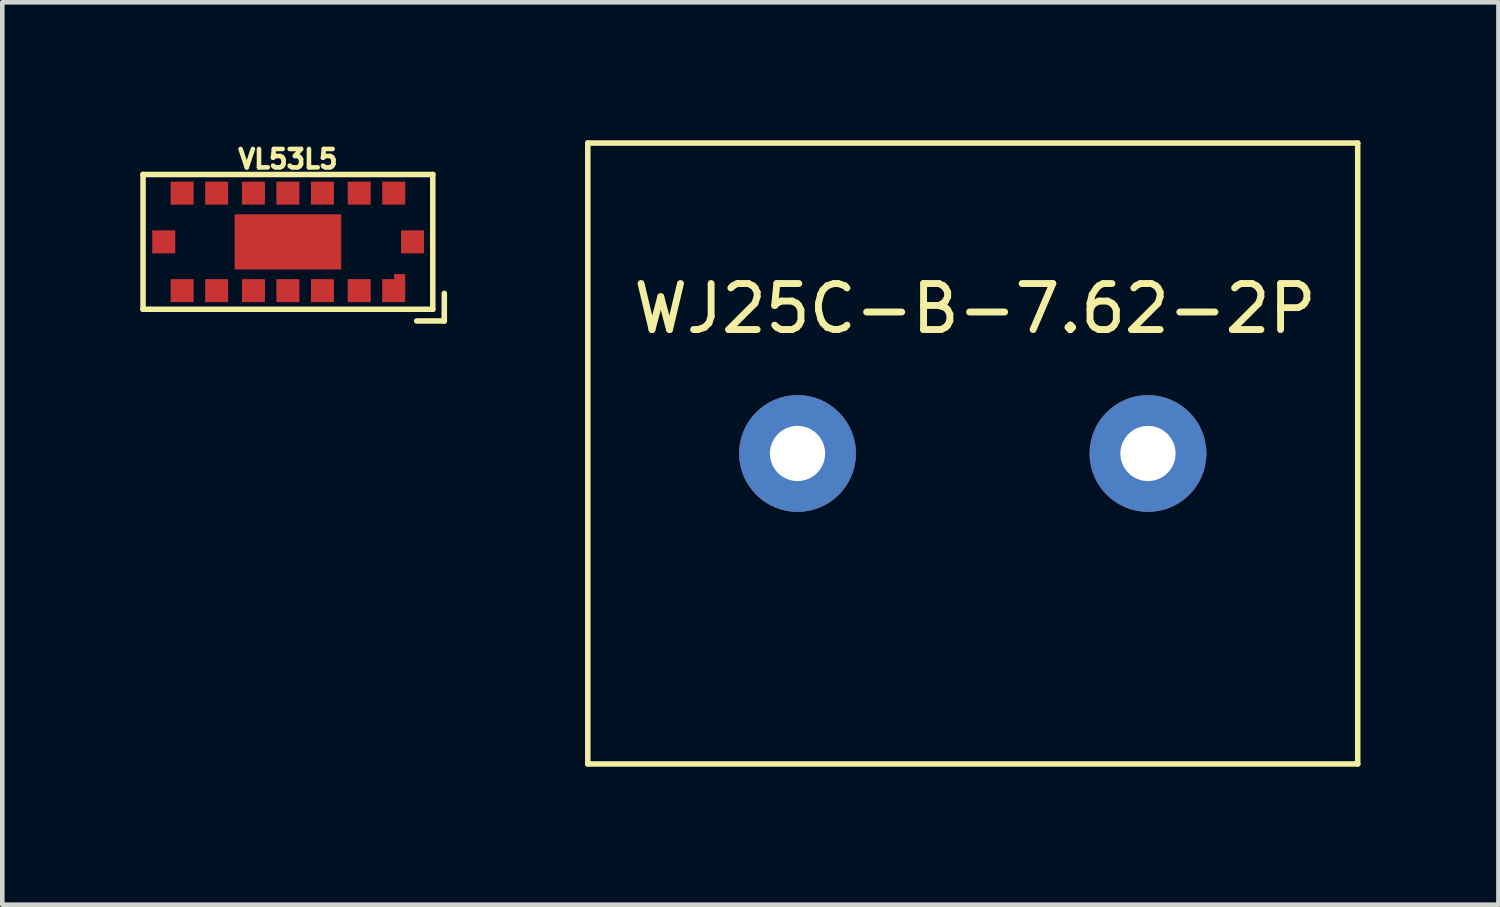
<source format=kicad_pcb>
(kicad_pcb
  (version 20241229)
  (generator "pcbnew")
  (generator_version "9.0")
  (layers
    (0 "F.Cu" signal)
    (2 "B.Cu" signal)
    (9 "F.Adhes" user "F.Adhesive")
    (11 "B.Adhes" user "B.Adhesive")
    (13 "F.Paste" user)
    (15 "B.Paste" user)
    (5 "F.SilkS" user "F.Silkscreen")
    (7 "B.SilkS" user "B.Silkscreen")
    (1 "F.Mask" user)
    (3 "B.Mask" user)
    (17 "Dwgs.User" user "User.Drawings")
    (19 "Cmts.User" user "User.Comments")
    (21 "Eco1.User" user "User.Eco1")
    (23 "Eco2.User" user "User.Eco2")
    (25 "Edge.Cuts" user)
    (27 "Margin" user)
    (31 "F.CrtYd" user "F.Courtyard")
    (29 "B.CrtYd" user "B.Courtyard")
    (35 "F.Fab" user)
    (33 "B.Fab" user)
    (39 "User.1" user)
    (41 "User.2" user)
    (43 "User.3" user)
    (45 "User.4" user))
  (footprint "VL53L5"
    (layer "F.Cu")
    (at 3.21 2.209)
    (property "Reference" "VL53L5" (at 0 -1.8 0) (layer "F.SilkS") (effects (font (size 0.4 0.4) (thickness 0.1))))
    (attr through_hole)
    (fp_line (start -3.15 -1.465) (end 3.15 -1.465) (stroke (width 0.12) (type solid)) (layer "F.SilkS"))
    (fp_line (start -3.15 1.465) (end -3.15 -1.465) (stroke (width 0.12) (type solid)) (layer "F.SilkS"))
    (fp_line (start 3.15 1.465) (end -3.15 1.465) (stroke (width 0.12) (type solid)) (layer "F.SilkS"))
    (fp_line (start 3.15 1.465) (end 3.15 -1.465) (stroke (width 0.12) (type solid)) (layer "F.SilkS"))
    (fp_line (start 3.4 1.12) (end 3.4 1.72) (stroke (width 0.12) (type solid)) (layer "F.SilkS"))
    (fp_line (start 3.4 1.72) (end 2.8 1.72) (stroke (width 0.12) (type solid)) (layer "F.SilkS"))
    (pad "A1" smd custom (at 2.3 1.06) (size 0.5 0.5) (layers "F.Cu" "F.Mask" "F.Paste") (options (anchor rect)) (primitives (gr_poly (pts (xy 0.25 -0.25) (xy 0.01 -0.25) (xy 0.01 -0.36) (xy 0.25 -0.36)) (width 0) (fill yes))))
    (pad "A2" smd rect (at 1.55 1.06) (size 0.5 0.5) (layers "F.Cu" "F.Mask" "F.Paste"))
    (pad "A3" smd rect (at 0.75 1.06) (size 0.5 0.5) (layers "F.Cu" "F.Mask" "F.Paste"))
    (pad "A4" smd rect (at 0 1.06) (size 0.5 0.5) (layers "F.Cu" "F.Mask" "F.Paste"))
    (pad "A5" smd rect (at -0.75 1.06) (size 0.5 0.5) (layers "F.Cu" "F.Mask" "F.Paste"))
    (pad "A6" smd rect (at -1.55 1.06) (size 0.5 0.5) (layers "F.Cu" "F.Mask" "F.Paste"))
    (pad "A7" smd rect (at -2.3 1.06) (size 0.5 0.5) (layers "F.Cu" "F.Mask" "F.Paste"))
    (pad "B1" smd rect (at 2.71 0) (size 0.5 0.5) (layers "F.Cu" "F.Mask" "F.Paste"))
    (pad "B4" smd rect (at 0 0) (size 2.316 1.2) (layers "F.Cu" "F.Mask" "F.Paste"))
    (pad "B7" smd rect (at -2.7 0) (size 0.5 0.5) (layers "F.Cu" "F.Mask" "F.Paste"))
    (pad "C1" smd rect (at 2.3 -1.06) (size 0.5 0.5) (layers "F.Cu" "F.Mask" "F.Paste"))
    (pad "C2" smd rect (at 1.55 -1.06) (size 0.5 0.5) (layers "F.Cu" "F.Mask" "F.Paste"))
    (pad "C3" smd rect (at 0.75 -1.06) (size 0.5 0.5) (layers "F.Cu" "F.Mask" "F.Paste"))
    (pad "C4" smd rect (at 0 -1.06) (size 0.5 0.5) (layers "F.Cu" "F.Mask" "F.Paste"))
    (pad "C5" smd rect (at -0.75 -1.06) (size 0.5 0.5) (layers "F.Cu" "F.Mask" "F.Paste"))
    (pad "C6" smd rect (at -1.55 -1.06) (size 0.5 0.5) (layers "F.Cu" "F.Mask" "F.Paste"))
    (pad "C7" smd rect (at -2.3 -1.06) (size 0.5 0.5) (layers "F.Cu" "F.Mask" "F.Paste")))
  (footprint "WJ25C-B-7.62-2P"
    (layer "F.Cu")
    (at 18.1 6.81)
    (property "Reference" "WJ25C-B-7.62-2P" (at 0.05 -3.15 0) (layer "F.SilkS") (effects (font (size 1 1) (thickness 0.15))))
    (attr through_hole)
    (fp_line (start -8.37 -6.75) (end -8.37 6.75) (stroke (width 0.12) (type solid)) (layer "F.SilkS"))
    (fp_line (start -8.37 6.75) (end 8.37 6.75) (stroke (width 0.12) (type solid)) (layer "F.SilkS"))
    (fp_line (start 8.37 -6.75) (end -8.37 -6.75) (stroke (width 0.12) (type solid)) (layer "F.SilkS"))
    (fp_line (start 8.37 -6.75) (end 8.37 6.75) (stroke (width 0.12) (type solid)) (layer "F.SilkS"))
    (pad "1" thru_hole circle (at -3.81 0) (size 2.54 2.54) (drill 1.2) (layers "*.Cu" "*.Mask"))
    (pad "2" thru_hole circle (at 3.81 0) (size 2.54 2.54) (drill 1.2) (layers "*.Cu" "*.Mask")))
  (gr_rect
    (start -3 -3)
    (end 29.53 16.62)
    (stroke (width 0.1) (type default))
    (fill no)
    (layer "Edge.Cuts")))
</source>
